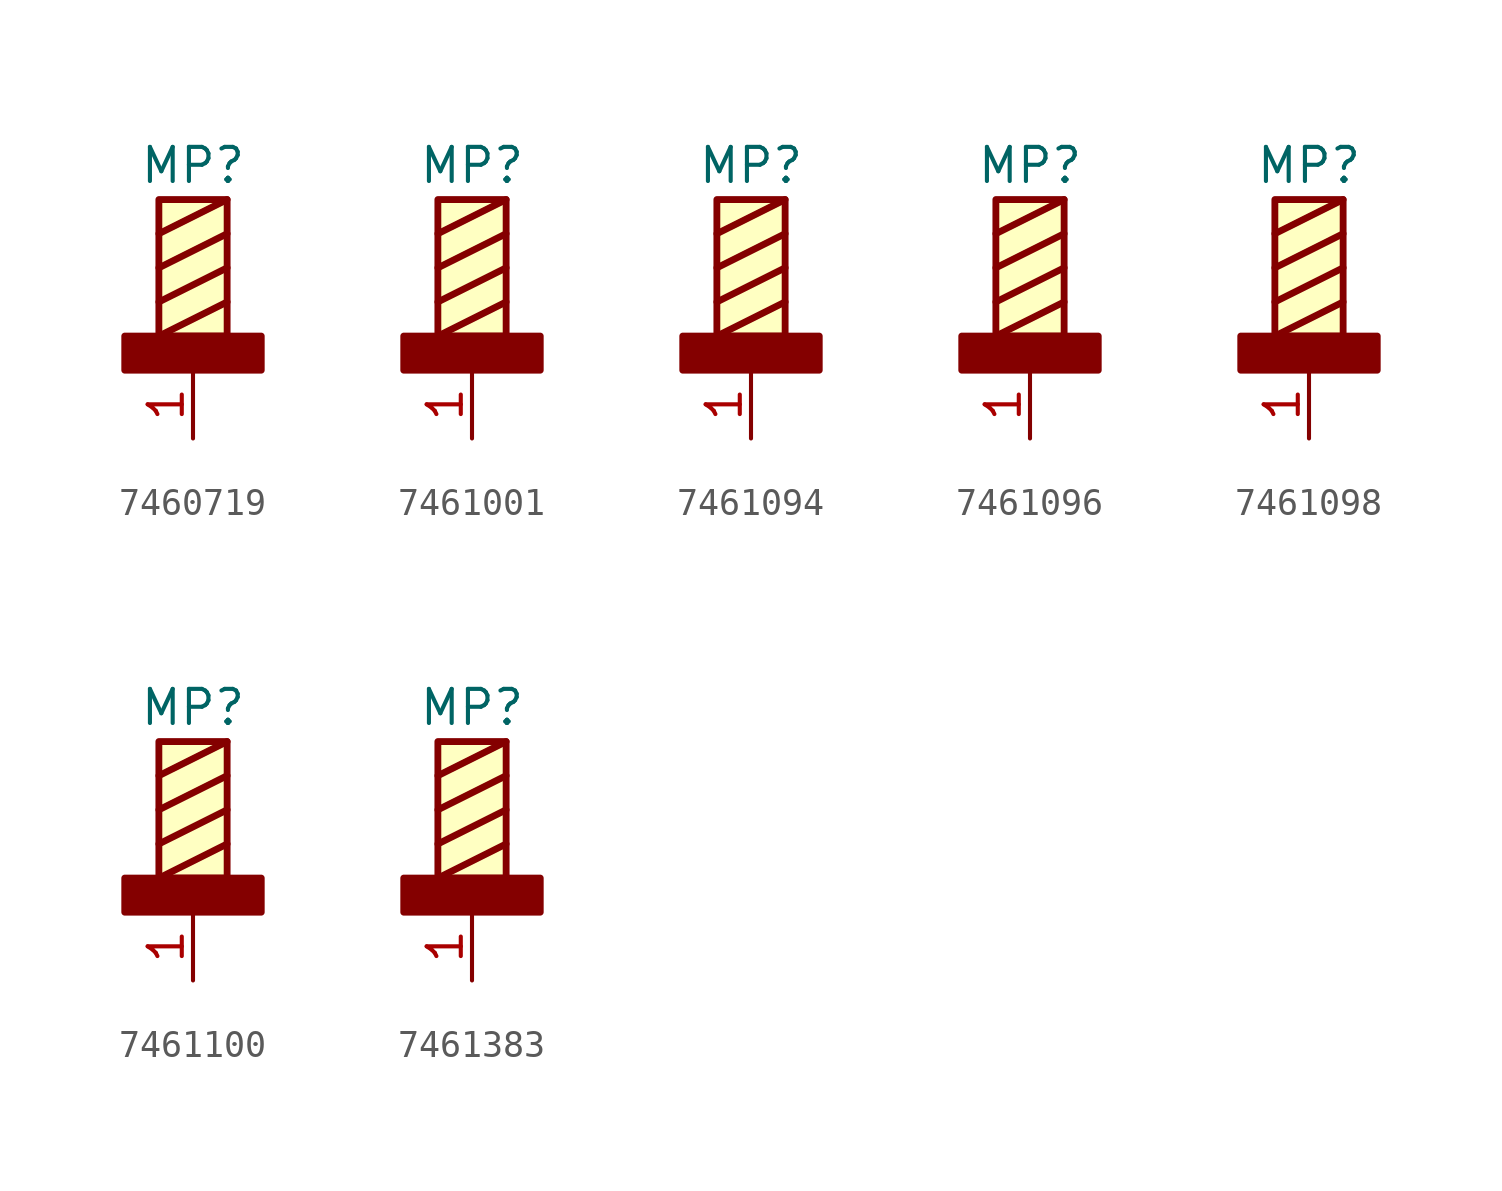
<source format=kicad_sym>
(kicad_symbol_lib
  (version 20220914)
  (generator kicad_symbol_editor)
  (symbol "7460719"
    (pin_names hide)
    (property "Reference" "MP"
      (at 0 5.08 0)
      (effects (font (size 1.27 1.27))))
    (symbol "7460719_0_0"
      (rectangle (start -1.27 3.81) (end 1.27 -1.27) (stroke (width 0.254) (type default)) (fill (type background)))
      (polyline (pts (xy -1.27 2.54) (xy 1.27 3.81)) (stroke (width 0.254) (type default)) (fill (type none)))
      (polyline (pts (xy 1.27 0) (xy -1.27 -1.27)) (stroke (width 0.254) (type default)) (fill (type none)))
      (polyline (pts (xy 1.27 1.27) (xy -1.27 0)) (stroke (width 0.254) (type default)) (fill (type none)))
      (polyline (pts (xy 1.27 2.54) (xy -1.27 1.27)) (stroke (width 0.254) (type default)) (fill (type none))))
    (symbol "7460719_1_0"
      (rectangle (start -2.54 -1.27) (end 2.54 -2.54) (stroke (width 0.254) (type default)) (fill (type outline)))
      (pin passive line (at 0 -5.08 90) (length 2.54) (name "1" (effects (font (size 1.27 1.27)))) (number "1" (effects (font (size 1.27 1.27)))))))
  (symbol "7461001"
    (pin_names hide)
    (property "Reference" "MP"
      (at 0 5.08 0)
      (effects (font (size 1.27 1.27))))
    (symbol "7461001_0_0"
      (rectangle (start -1.27 3.81) (end 1.27 -1.27) (stroke (width 0.254) (type default)) (fill (type background)))
      (polyline (pts (xy -1.27 2.54) (xy 1.27 3.81)) (stroke (width 0.254) (type default)) (fill (type none)))
      (polyline (pts (xy 1.27 0) (xy -1.27 -1.27)) (stroke (width 0.254) (type default)) (fill (type none)))
      (polyline (pts (xy 1.27 1.27) (xy -1.27 0)) (stroke (width 0.254) (type default)) (fill (type none)))
      (polyline (pts (xy 1.27 2.54) (xy -1.27 1.27)) (stroke (width 0.254) (type default)) (fill (type none))))
    (symbol "7461001_1_0"
      (rectangle (start -2.54 -1.27) (end 2.54 -2.54) (stroke (width 0.254) (type default)) (fill (type outline)))
      (pin passive line (at 0 -5.08 90) (length 2.54) (name "1" (effects (font (size 1.27 1.27)))) (number "1" (effects (font (size 1.27 1.27)))))))
  (symbol "7461094"
    (pin_names hide)
    (property "Reference" "MP"
      (at 0 5.08 0)
      (effects (font (size 1.27 1.27))))
    (symbol "7461094_0_0"
      (rectangle (start -1.27 3.81) (end 1.27 -1.27) (stroke (width 0.254) (type default)) (fill (type background)))
      (polyline (pts (xy -1.27 2.54) (xy 1.27 3.81)) (stroke (width 0.254) (type default)) (fill (type none)))
      (polyline (pts (xy 1.27 0) (xy -1.27 -1.27)) (stroke (width 0.254) (type default)) (fill (type none)))
      (polyline (pts (xy 1.27 1.27) (xy -1.27 0)) (stroke (width 0.254) (type default)) (fill (type none)))
      (polyline (pts (xy 1.27 2.54) (xy -1.27 1.27)) (stroke (width 0.254) (type default)) (fill (type none))))
    (symbol "7461094_1_0"
      (rectangle (start -2.54 -1.27) (end 2.54 -2.54) (stroke (width 0.254) (type default)) (fill (type outline)))
      (pin passive line (at 0 -5.08 90) (length 2.54) (name "1" (effects (font (size 1.27 1.27)))) (number "1" (effects (font (size 1.27 1.27)))))))
  (symbol "7461096"
    (pin_names hide)
    (property "Reference" "MP"
      (at 0 5.08 0)
      (effects (font (size 1.27 1.27))))
    (symbol "7461096_0_0"
      (rectangle (start -1.27 3.81) (end 1.27 -1.27) (stroke (width 0.254) (type default)) (fill (type background)))
      (polyline (pts (xy -1.27 2.54) (xy 1.27 3.81)) (stroke (width 0.254) (type default)) (fill (type none)))
      (polyline (pts (xy 1.27 0) (xy -1.27 -1.27)) (stroke (width 0.254) (type default)) (fill (type none)))
      (polyline (pts (xy 1.27 1.27) (xy -1.27 0)) (stroke (width 0.254) (type default)) (fill (type none)))
      (polyline (pts (xy 1.27 2.54) (xy -1.27 1.27)) (stroke (width 0.254) (type default)) (fill (type none))))
    (symbol "7461096_1_0"
      (rectangle (start -2.54 -1.27) (end 2.54 -2.54) (stroke (width 0.254) (type default)) (fill (type outline)))
      (pin passive line (at 0 -5.08 90) (length 2.54) (name "1" (effects (font (size 1.27 1.27)))) (number "1" (effects (font (size 1.27 1.27)))))))
  (symbol "7461098"
    (pin_names hide)
    (property "Reference" "MP"
      (at 0 5.08 0)
      (effects (font (size 1.27 1.27))))
    (symbol "7461098_0_0"
      (rectangle (start -1.27 3.81) (end 1.27 -1.27) (stroke (width 0.254) (type default)) (fill (type background)))
      (polyline (pts (xy -1.27 2.54) (xy 1.27 3.81)) (stroke (width 0.254) (type default)) (fill (type none)))
      (polyline (pts (xy 1.27 0) (xy -1.27 -1.27)) (stroke (width 0.254) (type default)) (fill (type none)))
      (polyline (pts (xy 1.27 1.27) (xy -1.27 0)) (stroke (width 0.254) (type default)) (fill (type none)))
      (polyline (pts (xy 1.27 2.54) (xy -1.27 1.27)) (stroke (width 0.254) (type default)) (fill (type none))))
    (symbol "7461098_1_0"
      (rectangle (start -2.54 -1.27) (end 2.54 -2.54) (stroke (width 0.254) (type default)) (fill (type outline)))
      (pin passive line (at 0 -5.08 90) (length 2.54) (name "1" (effects (font (size 1.27 1.27)))) (number "1" (effects (font (size 1.27 1.27)))))))
  (symbol "7461100"
    (pin_names hide)
    (property "Reference" "MP"
      (at 0 5.08 0)
      (effects (font (size 1.27 1.27))))
    (symbol "7461100_0_0"
      (rectangle (start -1.27 3.81) (end 1.27 -1.27) (stroke (width 0.254) (type default)) (fill (type background)))
      (polyline (pts (xy -1.27 2.54) (xy 1.27 3.81)) (stroke (width 0.254) (type default)) (fill (type none)))
      (polyline (pts (xy 1.27 0) (xy -1.27 -1.27)) (stroke (width 0.254) (type default)) (fill (type none)))
      (polyline (pts (xy 1.27 1.27) (xy -1.27 0)) (stroke (width 0.254) (type default)) (fill (type none)))
      (polyline (pts (xy 1.27 2.54) (xy -1.27 1.27)) (stroke (width 0.254) (type default)) (fill (type none))))
    (symbol "7461100_1_0"
      (rectangle (start -2.54 -1.27) (end 2.54 -2.54) (stroke (width 0.254) (type default)) (fill (type outline)))
      (pin passive line (at 0 -5.08 90) (length 2.54) (name "1" (effects (font (size 1.27 1.27)))) (number "1" (effects (font (size 1.27 1.27)))))))
  (symbol "7461383"
    (pin_names hide)
    (property "Reference" "MP"
      (at 0 5.08 0)
      (effects (font (size 1.27 1.27))))
    (symbol "7461383_0_0"
      (rectangle (start -1.27 3.81) (end 1.27 -1.27) (stroke (width 0.254) (type default)) (fill (type background)))
      (polyline (pts (xy -1.27 2.54) (xy 1.27 3.81)) (stroke (width 0.254) (type default)) (fill (type none)))
      (polyline (pts (xy 1.27 0) (xy -1.27 -1.27)) (stroke (width 0.254) (type default)) (fill (type none)))
      (polyline (pts (xy 1.27 1.27) (xy -1.27 0)) (stroke (width 0.254) (type default)) (fill (type none)))
      (polyline (pts (xy 1.27 2.54) (xy -1.27 1.27)) (stroke (width 0.254) (type default)) (fill (type none))))
    (symbol "7461383_1_0"
      (rectangle (start -2.54 -1.27) (end 2.54 -2.54) (stroke (width 0.254) (type default)) (fill (type outline)))
      (pin passive line (at 0 -5.08 90) (length 2.54) (name "1" (effects (font (size 1.27 1.27)))) (number "1" (effects (font (size 1.27 1.27))))))))
</source>
